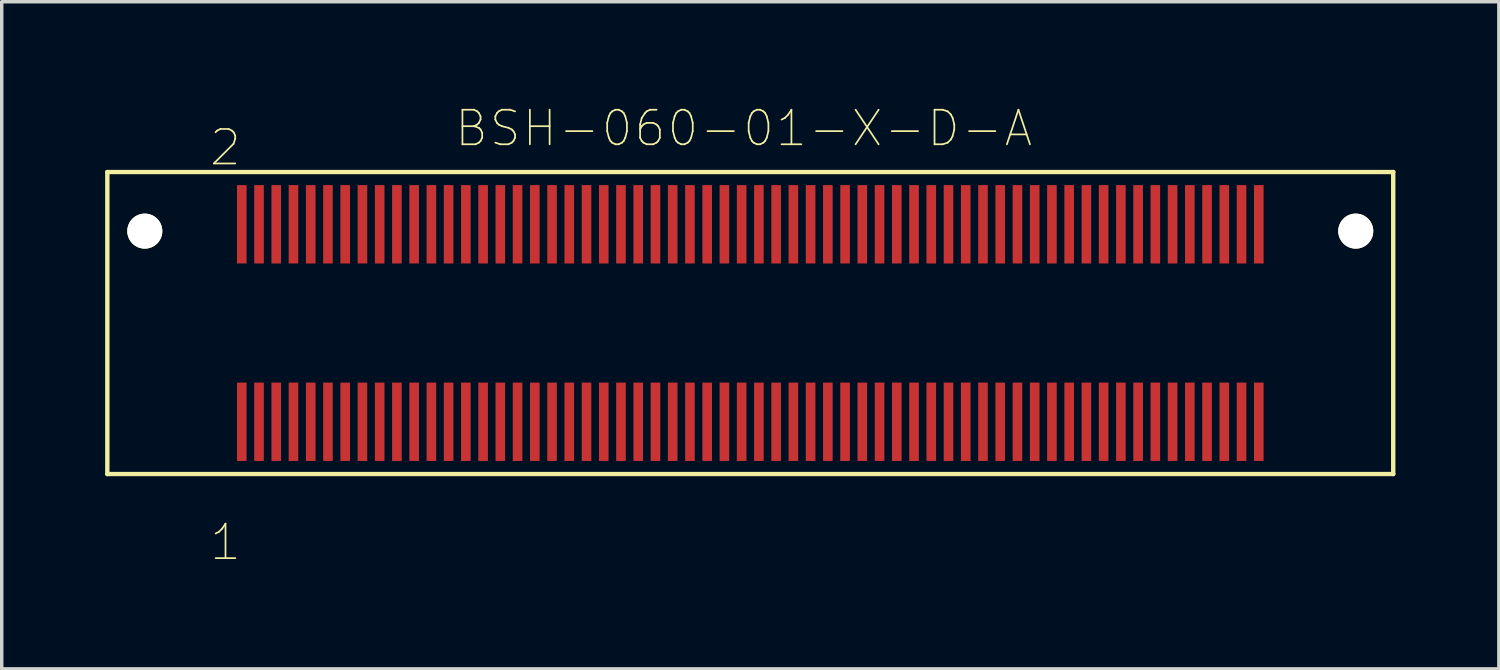
<source format=kicad_pcb>
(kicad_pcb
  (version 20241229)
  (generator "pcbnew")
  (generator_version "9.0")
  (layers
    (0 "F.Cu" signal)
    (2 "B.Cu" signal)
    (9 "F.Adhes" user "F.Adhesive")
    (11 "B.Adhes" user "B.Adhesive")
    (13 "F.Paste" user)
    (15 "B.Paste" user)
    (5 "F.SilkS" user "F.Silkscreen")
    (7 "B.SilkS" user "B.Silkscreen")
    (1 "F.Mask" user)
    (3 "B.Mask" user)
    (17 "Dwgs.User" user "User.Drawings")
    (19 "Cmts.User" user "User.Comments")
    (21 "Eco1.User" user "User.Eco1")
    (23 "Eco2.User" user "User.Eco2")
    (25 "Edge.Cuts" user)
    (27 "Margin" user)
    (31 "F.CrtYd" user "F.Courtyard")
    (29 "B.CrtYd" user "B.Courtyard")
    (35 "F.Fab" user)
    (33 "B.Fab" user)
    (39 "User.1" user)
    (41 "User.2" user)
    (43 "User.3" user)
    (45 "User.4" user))
  (footprint "BSH-060-01-X-D-A"
    (layer "F.Cu")
    (at 18.713 6.32)
    (property "Reference" "BSH-060-01-X-D-A" (at -0.19 -5.646 0) (layer "F.SilkS") (effects (font (size 1.002 1.002) (thickness 0.05))))
    (attr smd)
    (fp_line (start -18.65 -4.38) (end 18.65 -4.38) (stroke (width 0.127) (type solid)) (layer "F.SilkS"))
    (fp_line (start -18.65 4.38) (end -18.65 -4.38) (stroke (width 0.127) (type solid)) (layer "F.SilkS"))
    (fp_line (start 18.65 -4.38) (end 18.65 4.38) (stroke (width 0.127) (type solid)) (layer "F.SilkS"))
    (fp_line (start 18.65 4.38) (end -18.65 4.38) (stroke (width 0.127) (type solid)) (layer "F.SilkS"))
    (fp_line (start -18.15 -3.62) (end 18.15 -3.62) (stroke (width 0.127) (type solid)) (layer "Eco2.User"))
    (fp_line (start -18.15 3.62) (end -18.15 -3.62) (stroke (width 0.127) (type solid)) (layer "Eco2.User"))
    (fp_line (start 18.15 -3.62) (end 18.15 3.62) (stroke (width 0.127) (type solid)) (layer "Eco2.User"))
    (fp_line (start 18.15 3.62) (end -18.15 3.62) (stroke (width 0.127) (type solid)) (layer "Eco2.User"))
    (fp_text user "2" (at -15.226 -5.089 0) (layer "F.SilkS") (effects (font (size 1 1) (thickness 0.05))))
    (fp_text user "1" (at -15.222 6.359 0) (layer "F.SilkS") (effects (font (size 1 1) (thickness 0.05))))
    (pad "" np_thru_hole circle (at -17.563 -2.666) (size 1.016 1.016) (drill 1.016) (layers "*.Cu" "*.Mask" "F.SilkS"))
    (pad "" np_thru_hole circle (at 17.563 -2.666) (size 1.016 1.016) (drill 1.016) (layers "*.Cu" "*.Mask" "F.SilkS"))
    (pad "1" smd rect (at -14.75 2.864) (size 0.279 2.273) (layers "F.Cu" "F.Mask" "F.Paste"))
    (pad "2" smd rect (at -14.75 -2.864) (size 0.279 2.273) (layers "F.Cu" "F.Mask" "F.Paste"))
    (pad "3" smd rect (at -14.25 2.864) (size 0.279 2.273) (layers "F.Cu" "F.Mask" "F.Paste"))
    (pad "4" smd rect (at -14.25 -2.864) (size 0.279 2.273) (layers "F.Cu" "F.Mask" "F.Paste"))
    (pad "5" smd rect (at -13.75 2.864) (size 0.279 2.273) (layers "F.Cu" "F.Mask" "F.Paste"))
    (pad "6" smd rect (at -13.75 -2.864) (size 0.279 2.273) (layers "F.Cu" "F.Mask" "F.Paste"))
    (pad "7" smd rect (at -13.25 2.864) (size 0.279 2.273) (layers "F.Cu" "F.Mask" "F.Paste"))
    (pad "8" smd rect (at -13.25 -2.864) (size 0.279 2.273) (layers "F.Cu" "F.Mask" "F.Paste"))
    (pad "9" smd rect (at -12.75 2.864) (size 0.279 2.273) (layers "F.Cu" "F.Mask" "F.Paste"))
    (pad "10" smd rect (at -12.75 -2.864) (size 0.279 2.273) (layers "F.Cu" "F.Mask" "F.Paste"))
    (pad "11" smd rect (at -12.25 2.864) (size 0.279 2.273) (layers "F.Cu" "F.Mask" "F.Paste"))
    (pad "12" smd rect (at -12.25 -2.864) (size 0.279 2.273) (layers "F.Cu" "F.Mask" "F.Paste"))
    (pad "13" smd rect (at -11.75 2.864) (size 0.279 2.273) (layers "F.Cu" "F.Mask" "F.Paste"))
    (pad "14" smd rect (at -11.75 -2.864) (size 0.279 2.273) (layers "F.Cu" "F.Mask" "F.Paste"))
    (pad "15" smd rect (at -11.25 2.864) (size 0.279 2.273) (layers "F.Cu" "F.Mask" "F.Paste"))
    (pad "16" smd rect (at -11.25 -2.864) (size 0.279 2.273) (layers "F.Cu" "F.Mask" "F.Paste"))
    (pad "17" smd rect (at -10.75 2.864) (size 0.279 2.273) (layers "F.Cu" "F.Mask" "F.Paste"))
    (pad "18" smd rect (at -10.75 -2.864) (size 0.279 2.273) (layers "F.Cu" "F.Mask" "F.Paste"))
    (pad "19" smd rect (at -10.25 2.864) (size 0.279 2.273) (layers "F.Cu" "F.Mask" "F.Paste"))
    (pad "20" smd rect (at -10.25 -2.864) (size 0.279 2.273) (layers "F.Cu" "F.Mask" "F.Paste"))
    (pad "21" smd rect (at -9.75 2.864) (size 0.279 2.273) (layers "F.Cu" "F.Mask" "F.Paste"))
    (pad "22" smd rect (at -9.75 -2.864) (size 0.279 2.273) (layers "F.Cu" "F.Mask" "F.Paste"))
    (pad "23" smd rect (at -9.25 2.864) (size 0.279 2.273) (layers "F.Cu" "F.Mask" "F.Paste"))
    (pad "24" smd rect (at -9.25 -2.864) (size 0.279 2.273) (layers "F.Cu" "F.Mask" "F.Paste"))
    (pad "25" smd rect (at -8.75 2.864) (size 0.279 2.273) (layers "F.Cu" "F.Mask" "F.Paste"))
    (pad "26" smd rect (at -8.75 -2.864) (size 0.279 2.273) (layers "F.Cu" "F.Mask" "F.Paste"))
    (pad "27" smd rect (at -8.25 2.864) (size 0.279 2.273) (layers "F.Cu" "F.Mask" "F.Paste"))
    (pad "28" smd rect (at -8.25 -2.864) (size 0.279 2.273) (layers "F.Cu" "F.Mask" "F.Paste"))
    (pad "29" smd rect (at -7.75 2.864) (size 0.279 2.273) (layers "F.Cu" "F.Mask" "F.Paste"))
    (pad "30" smd rect (at -7.75 -2.864) (size 0.279 2.273) (layers "F.Cu" "F.Mask" "F.Paste"))
    (pad "31" smd rect (at -7.25 2.864) (size 0.279 2.273) (layers "F.Cu" "F.Mask" "F.Paste"))
    (pad "32" smd rect (at -7.25 -2.864) (size 0.279 2.273) (layers "F.Cu" "F.Mask" "F.Paste"))
    (pad "33" smd rect (at -6.75 2.864) (size 0.279 2.273) (layers "F.Cu" "F.Mask" "F.Paste"))
    (pad "34" smd rect (at -6.75 -2.864) (size 0.279 2.273) (layers "F.Cu" "F.Mask" "F.Paste"))
    (pad "35" smd rect (at -6.25 2.864) (size 0.279 2.273) (layers "F.Cu" "F.Mask" "F.Paste"))
    (pad "36" smd rect (at -6.25 -2.864) (size 0.279 2.273) (layers "F.Cu" "F.Mask" "F.Paste"))
    (pad "37" smd rect (at -5.75 2.864) (size 0.279 2.273) (layers "F.Cu" "F.Mask" "F.Paste"))
    (pad "38" smd rect (at -5.75 -2.864) (size 0.279 2.273) (layers "F.Cu" "F.Mask" "F.Paste"))
    (pad "39" smd rect (at -5.25 2.864) (size 0.279 2.273) (layers "F.Cu" "F.Mask" "F.Paste"))
    (pad "40" smd rect (at -5.25 -2.864) (size 0.279 2.273) (layers "F.Cu" "F.Mask" "F.Paste"))
    (pad "41" smd rect (at -4.75 2.864) (size 0.279 2.273) (layers "F.Cu" "F.Mask" "F.Paste"))
    (pad "42" smd rect (at -4.75 -2.864) (size 0.279 2.273) (layers "F.Cu" "F.Mask" "F.Paste"))
    (pad "43" smd rect (at -4.25 2.864) (size 0.279 2.273) (layers "F.Cu" "F.Mask" "F.Paste"))
    (pad "44" smd rect (at -4.25 -2.864) (size 0.279 2.273) (layers "F.Cu" "F.Mask" "F.Paste"))
    (pad "45" smd rect (at -3.75 2.864) (size 0.279 2.273) (layers "F.Cu" "F.Mask" "F.Paste"))
    (pad "46" smd rect (at -3.75 -2.864) (size 0.279 2.273) (layers "F.Cu" "F.Mask" "F.Paste"))
    (pad "47" smd rect (at -3.25 2.864) (size 0.279 2.273) (layers "F.Cu" "F.Mask" "F.Paste"))
    (pad "48" smd rect (at -3.25 -2.864) (size 0.279 2.273) (layers "F.Cu" "F.Mask" "F.Paste"))
    (pad "49" smd rect (at -2.75 2.864) (size 0.279 2.273) (layers "F.Cu" "F.Mask" "F.Paste"))
    (pad "50" smd rect (at -2.75 -2.864) (size 0.279 2.273) (layers "F.Cu" "F.Mask" "F.Paste"))
    (pad "51" smd rect (at -2.25 2.864) (size 0.279 2.273) (layers "F.Cu" "F.Mask" "F.Paste"))
    (pad "52" smd rect (at -2.25 -2.864) (size 0.279 2.273) (layers "F.Cu" "F.Mask" "F.Paste"))
    (pad "53" smd rect (at -1.75 2.864) (size 0.279 2.273) (layers "F.Cu" "F.Mask" "F.Paste"))
    (pad "54" smd rect (at -1.75 -2.864) (size 0.279 2.273) (layers "F.Cu" "F.Mask" "F.Paste"))
    (pad "55" smd rect (at -1.25 2.864) (size 0.279 2.273) (layers "F.Cu" "F.Mask" "F.Paste"))
    (pad "56" smd rect (at -1.25 -2.864) (size 0.279 2.273) (layers "F.Cu" "F.Mask" "F.Paste"))
    (pad "57" smd rect (at -0.75 2.864) (size 0.279 2.273) (layers "F.Cu" "F.Mask" "F.Paste"))
    (pad "58" smd rect (at -0.75 -2.864) (size 0.279 2.273) (layers "F.Cu" "F.Mask" "F.Paste"))
    (pad "59" smd rect (at -0.25 2.864) (size 0.279 2.273) (layers "F.Cu" "F.Mask" "F.Paste"))
    (pad "60" smd rect (at -0.25 -2.864) (size 0.279 2.273) (layers "F.Cu" "F.Mask" "F.Paste"))
    (pad "61" smd rect (at 0.25 2.864) (size 0.279 2.273) (layers "F.Cu" "F.Mask" "F.Paste"))
    (pad "62" smd rect (at 0.25 -2.864) (size 0.279 2.273) (layers "F.Cu" "F.Mask" "F.Paste"))
    (pad "63" smd rect (at 0.75 2.864) (size 0.279 2.273) (layers "F.Cu" "F.Mask" "F.Paste"))
    (pad "64" smd rect (at 0.75 -2.864) (size 0.279 2.273) (layers "F.Cu" "F.Mask" "F.Paste"))
    (pad "65" smd rect (at 1.25 2.864) (size 0.279 2.273) (layers "F.Cu" "F.Mask" "F.Paste"))
    (pad "66" smd rect (at 1.25 -2.864) (size 0.279 2.273) (layers "F.Cu" "F.Mask" "F.Paste"))
    (pad "67" smd rect (at 1.75 2.864) (size 0.279 2.273) (layers "F.Cu" "F.Mask" "F.Paste"))
    (pad "68" smd rect (at 1.75 -2.864) (size 0.279 2.273) (layers "F.Cu" "F.Mask" "F.Paste"))
    (pad "69" smd rect (at 2.25 2.864) (size 0.279 2.273) (layers "F.Cu" "F.Mask" "F.Paste"))
    (pad "70" smd rect (at 2.25 -2.864) (size 0.279 2.273) (layers "F.Cu" "F.Mask" "F.Paste"))
    (pad "71" smd rect (at 2.75 2.864) (size 0.279 2.273) (layers "F.Cu" "F.Mask" "F.Paste"))
    (pad "72" smd rect (at 2.75 -2.864) (size 0.279 2.273) (layers "F.Cu" "F.Mask" "F.Paste"))
    (pad "73" smd rect (at 3.25 2.864) (size 0.279 2.273) (layers "F.Cu" "F.Mask" "F.Paste"))
    (pad "74" smd rect (at 3.25 -2.864) (size 0.279 2.273) (layers "F.Cu" "F.Mask" "F.Paste"))
    (pad "75" smd rect (at 3.75 2.864) (size 0.279 2.273) (layers "F.Cu" "F.Mask" "F.Paste"))
    (pad "76" smd rect (at 3.75 -2.864) (size 0.279 2.273) (layers "F.Cu" "F.Mask" "F.Paste"))
    (pad "77" smd rect (at 4.25 2.864) (size 0.279 2.273) (layers "F.Cu" "F.Mask" "F.Paste"))
    (pad "78" smd rect (at 4.25 -2.864) (size 0.279 2.273) (layers "F.Cu" "F.Mask" "F.Paste"))
    (pad "79" smd rect (at 4.75 2.864) (size 0.279 2.273) (layers "F.Cu" "F.Mask" "F.Paste"))
    (pad "80" smd rect (at 4.75 -2.864) (size 0.279 2.273) (layers "F.Cu" "F.Mask" "F.Paste"))
    (pad "81" smd rect (at 5.25 2.864) (size 0.279 2.273) (layers "F.Cu" "F.Mask" "F.Paste"))
    (pad "82" smd rect (at 5.25 -2.864) (size 0.279 2.273) (layers "F.Cu" "F.Mask" "F.Paste"))
    (pad "83" smd rect (at 5.75 2.864) (size 0.279 2.273) (layers "F.Cu" "F.Mask" "F.Paste"))
    (pad "84" smd rect (at 5.75 -2.864) (size 0.279 2.273) (layers "F.Cu" "F.Mask" "F.Paste"))
    (pad "85" smd rect (at 6.25 2.864) (size 0.279 2.273) (layers "F.Cu" "F.Mask" "F.Paste"))
    (pad "86" smd rect (at 6.25 -2.864) (size 0.279 2.273) (layers "F.Cu" "F.Mask" "F.Paste"))
    (pad "87" smd rect (at 6.75 2.864) (size 0.279 2.273) (layers "F.Cu" "F.Mask" "F.Paste"))
    (pad "88" smd rect (at 6.75 -2.864) (size 0.279 2.273) (layers "F.Cu" "F.Mask" "F.Paste"))
    (pad "89" smd rect (at 7.25 2.864) (size 0.279 2.273) (layers "F.Cu" "F.Mask" "F.Paste"))
    (pad "90" smd rect (at 7.25 -2.864) (size 0.279 2.273) (layers "F.Cu" "F.Mask" "F.Paste"))
    (pad "91" smd rect (at 7.75 2.864) (size 0.279 2.273) (layers "F.Cu" "F.Mask" "F.Paste"))
    (pad "92" smd rect (at 7.75 -2.864) (size 0.279 2.273) (layers "F.Cu" "F.Mask" "F.Paste"))
    (pad "93" smd rect (at 8.25 2.864) (size 0.279 2.273) (layers "F.Cu" "F.Mask" "F.Paste"))
    (pad "94" smd rect (at 8.25 -2.864) (size 0.279 2.273) (layers "F.Cu" "F.Mask" "F.Paste"))
    (pad "95" smd rect (at 8.75 2.864) (size 0.279 2.273) (layers "F.Cu" "F.Mask" "F.Paste"))
    (pad "96" smd rect (at 8.75 -2.864) (size 0.279 2.273) (layers "F.Cu" "F.Mask" "F.Paste"))
    (pad "97" smd rect (at 9.25 2.864) (size 0.279 2.273) (layers "F.Cu" "F.Mask" "F.Paste"))
    (pad "98" smd rect (at 9.25 -2.864) (size 0.279 2.273) (layers "F.Cu" "F.Mask" "F.Paste"))
    (pad "99" smd rect (at 9.75 2.864) (size 0.279 2.273) (layers "F.Cu" "F.Mask" "F.Paste"))
    (pad "100" smd rect (at 9.75 -2.864) (size 0.279 2.273) (layers "F.Cu" "F.Mask" "F.Paste"))
    (pad "101" smd rect (at 10.25 2.864) (size 0.279 2.273) (layers "F.Cu" "F.Mask" "F.Paste"))
    (pad "102" smd rect (at 10.25 -2.864) (size 0.279 2.273) (layers "F.Cu" "F.Mask" "F.Paste"))
    (pad "103" smd rect (at 10.75 2.864) (size 0.279 2.273) (layers "F.Cu" "F.Mask" "F.Paste"))
    (pad "104" smd rect (at 10.75 -2.864) (size 0.279 2.273) (layers "F.Cu" "F.Mask" "F.Paste"))
    (pad "105" smd rect (at 11.25 2.864) (size 0.279 2.273) (layers "F.Cu" "F.Mask" "F.Paste"))
    (pad "106" smd rect (at 11.25 -2.864) (size 0.279 2.273) (layers "F.Cu" "F.Mask" "F.Paste"))
    (pad "107" smd rect (at 11.75 2.864) (size 0.279 2.273) (layers "F.Cu" "F.Mask" "F.Paste"))
    (pad "108" smd rect (at 11.75 -2.864) (size 0.279 2.273) (layers "F.Cu" "F.Mask" "F.Paste"))
    (pad "109" smd rect (at 12.25 2.864) (size 0.279 2.273) (layers "F.Cu" "F.Mask" "F.Paste"))
    (pad "110" smd rect (at 12.25 -2.864) (size 0.279 2.273) (layers "F.Cu" "F.Mask" "F.Paste"))
    (pad "111" smd rect (at 12.75 2.864) (size 0.279 2.273) (layers "F.Cu" "F.Mask" "F.Paste"))
    (pad "112" smd rect (at 12.75 -2.864) (size 0.279 2.273) (layers "F.Cu" "F.Mask" "F.Paste"))
    (pad "113" smd rect (at 13.25 2.864) (size 0.279 2.273) (layers "F.Cu" "F.Mask" "F.Paste"))
    (pad "114" smd rect (at 13.25 -2.864) (size 0.279 2.273) (layers "F.Cu" "F.Mask" "F.Paste"))
    (pad "115" smd rect (at 13.75 2.864) (size 0.279 2.273) (layers "F.Cu" "F.Mask" "F.Paste"))
    (pad "116" smd rect (at 13.75 -2.864) (size 0.279 2.273) (layers "F.Cu" "F.Mask" "F.Paste"))
    (pad "117" smd rect (at 14.25 2.864) (size 0.279 2.273) (layers "F.Cu" "F.Mask" "F.Paste"))
    (pad "118" smd rect (at 14.25 -2.864) (size 0.279 2.273) (layers "F.Cu" "F.Mask" "F.Paste"))
    (pad "119" smd rect (at 14.75 2.864) (size 0.279 2.273) (layers "F.Cu" "F.Mask" "F.Paste"))
    (pad "120" smd rect (at 14.75 -2.864) (size 0.279 2.273) (layers "F.Cu" "F.Mask" "F.Paste")))
  (gr_rect
    (start -3 -3)
    (end 40.427 16.352)
    (stroke (width 0.1) (type default))
    (fill no)
    (layer "Edge.Cuts")))
</source>
